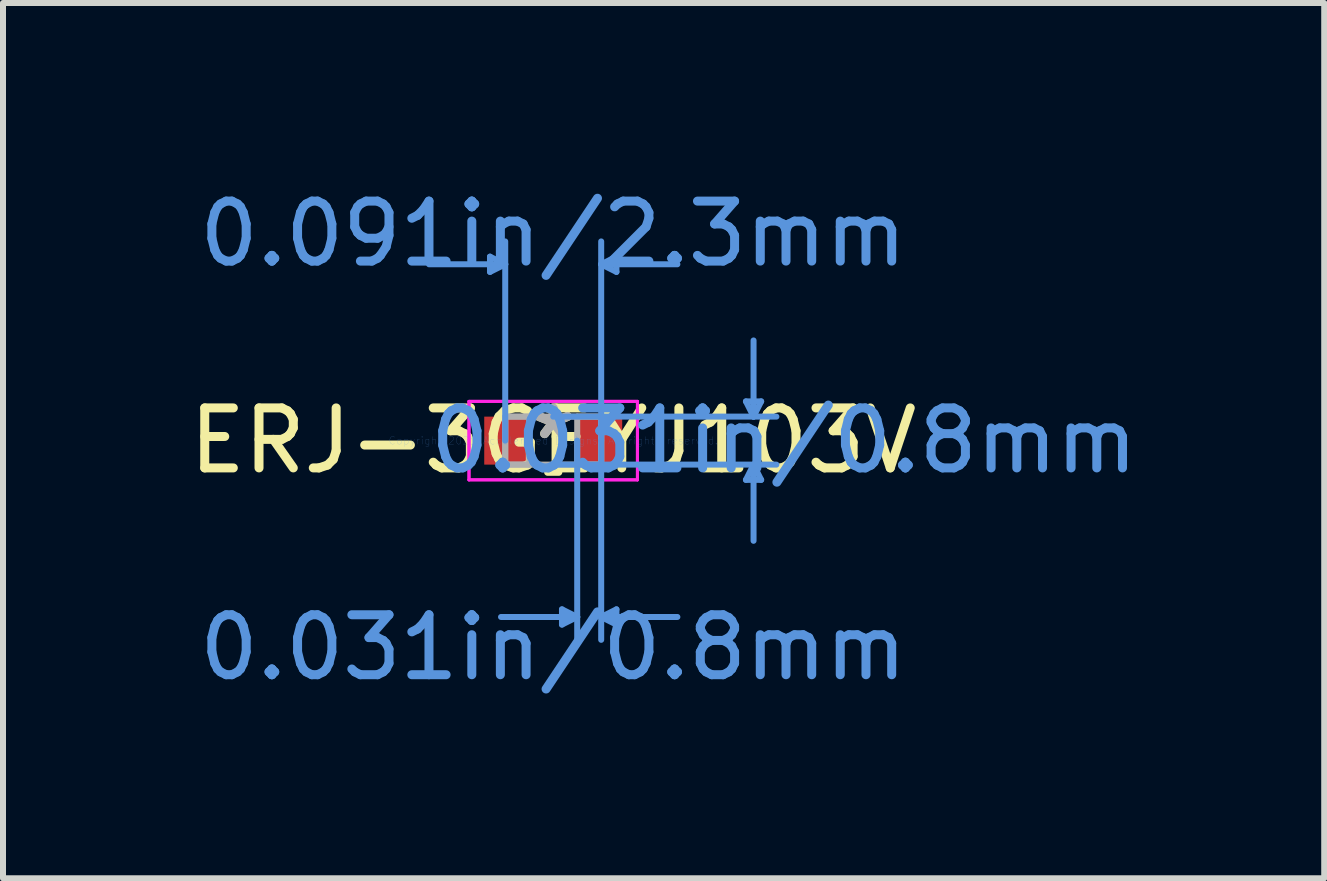
<source format=kicad_pcb>
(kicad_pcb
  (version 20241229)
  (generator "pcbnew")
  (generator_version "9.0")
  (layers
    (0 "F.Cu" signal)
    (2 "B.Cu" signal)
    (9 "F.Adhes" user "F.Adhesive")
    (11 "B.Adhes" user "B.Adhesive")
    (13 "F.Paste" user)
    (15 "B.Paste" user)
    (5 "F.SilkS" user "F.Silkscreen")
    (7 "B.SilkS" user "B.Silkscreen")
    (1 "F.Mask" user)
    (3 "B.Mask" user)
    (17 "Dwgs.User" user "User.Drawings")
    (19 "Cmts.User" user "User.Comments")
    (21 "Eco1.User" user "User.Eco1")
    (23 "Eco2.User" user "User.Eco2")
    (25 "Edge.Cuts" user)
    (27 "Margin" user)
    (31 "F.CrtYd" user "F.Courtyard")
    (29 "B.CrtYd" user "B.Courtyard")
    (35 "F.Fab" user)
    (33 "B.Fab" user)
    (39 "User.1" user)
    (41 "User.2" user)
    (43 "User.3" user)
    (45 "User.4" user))
  (footprint "ERJ-3GEYJ103V"
    (layer "F.Cu")
    (at 6.173 4.296)
    (property "Reference" "ERJ-3GEYJ103V" (at 0 0 0) (layer "F.SilkS") (effects (font (size 1 1) (thickness 0.15))))
    (attr through_hole)
    (fp_line (start -0.092 0.527) (end 0.092 0.527) (stroke (width 0.12) (type solid)) (layer "F.SilkS"))
    (fp_line (start 0.092 -0.527) (end -0.092 -0.527) (stroke (width 0.12) (type solid)) (layer "F.SilkS"))
    (fp_line (start -1.054 -3.067) (end -1.054 -2.813) (stroke (width 0.1) (type solid)) (layer "Cmts.User"))
    (fp_line (start -0.8 -2.94) (end -2.07 -2.94) (stroke (width 0.1) (type solid)) (layer "Cmts.User"))
    (fp_line (start -0.8 -2.94) (end -1.054 -3.067) (stroke (width 0.1) (type solid)) (layer "Cmts.User"))
    (fp_line (start -0.8 -2.94) (end -1.054 -2.813) (stroke (width 0.1) (type solid)) (layer "Cmts.User"))
    (fp_line (start -0.8 0) (end -0.8 -3.321) (stroke (width 0.1) (type solid)) (layer "Cmts.User"))
    (fp_line (start 0 -0.4) (end 3.721 -0.4) (stroke (width 0.1) (type solid)) (layer "Cmts.User"))
    (fp_line (start 0 0.4) (end 3.721 0.4) (stroke (width 0.1) (type solid)) (layer "Cmts.User"))
    (fp_line (start 0.146 2.813) (end 0.146 3.067) (stroke (width 0.1) (type solid)) (layer "Cmts.User"))
    (fp_line (start 0.4 0) (end 0.4 3.321) (stroke (width 0.1) (type solid)) (layer "Cmts.User"))
    (fp_line (start 0.4 2.94) (end -0.87 2.94) (stroke (width 0.1) (type solid)) (layer "Cmts.User"))
    (fp_line (start 0.4 2.94) (end 0.146 2.813) (stroke (width 0.1) (type solid)) (layer "Cmts.User"))
    (fp_line (start 0.4 2.94) (end 0.146 3.067) (stroke (width 0.1) (type solid)) (layer "Cmts.User"))
    (fp_line (start 0.8 -2.94) (end 1.054 -3.067) (stroke (width 0.1) (type solid)) (layer "Cmts.User"))
    (fp_line (start 0.8 -2.94) (end 1.054 -2.813) (stroke (width 0.1) (type solid)) (layer "Cmts.User"))
    (fp_line (start 0.8 -2.94) (end 2.07 -2.94) (stroke (width 0.1) (type solid)) (layer "Cmts.User"))
    (fp_line (start 0.8 0) (end 0.8 -3.321) (stroke (width 0.1) (type solid)) (layer "Cmts.User"))
    (fp_line (start 0.8 0) (end 0.8 3.321) (stroke (width 0.1) (type solid)) (layer "Cmts.User"))
    (fp_line (start 0.8 2.94) (end 1.054 2.813) (stroke (width 0.1) (type solid)) (layer "Cmts.User"))
    (fp_line (start 0.8 2.94) (end 1.054 3.067) (stroke (width 0.1) (type solid)) (layer "Cmts.User"))
    (fp_line (start 0.8 2.94) (end 2.07 2.94) (stroke (width 0.1) (type solid)) (layer "Cmts.User"))
    (fp_line (start 1.054 -3.067) (end 1.054 -2.813) (stroke (width 0.1) (type solid)) (layer "Cmts.User"))
    (fp_line (start 1.054 2.813) (end 1.054 3.067) (stroke (width 0.1) (type solid)) (layer "Cmts.User"))
    (fp_line (start 3.213 -0.654) (end 3.467 -0.654) (stroke (width 0.1) (type solid)) (layer "Cmts.User"))
    (fp_line (start 3.213 0.654) (end 3.467 0.654) (stroke (width 0.1) (type solid)) (layer "Cmts.User"))
    (fp_line (start 3.34 -0.4) (end 3.213 -0.654) (stroke (width 0.1) (type solid)) (layer "Cmts.User"))
    (fp_line (start 3.34 -0.4) (end 3.34 -1.67) (stroke (width 0.1) (type solid)) (layer "Cmts.User"))
    (fp_line (start 3.34 -0.4) (end 3.467 -0.654) (stroke (width 0.1) (type solid)) (layer "Cmts.User"))
    (fp_line (start 3.34 0.4) (end 3.213 0.654) (stroke (width 0.1) (type solid)) (layer "Cmts.User"))
    (fp_line (start 3.34 0.4) (end 3.34 1.67) (stroke (width 0.1) (type solid)) (layer "Cmts.User"))
    (fp_line (start 3.34 0.4) (end 3.467 0.654) (stroke (width 0.1) (type solid)) (layer "Cmts.User"))
    (fp_line (start -1.404 -0.654) (end 1.404 -0.654) (stroke (width 0.05) (type solid)) (layer "F.CrtYd"))
    (fp_line (start -1.404 -0.654) (end 1.404 -0.654) (stroke (width 0.05) (type solid)) (layer "F.CrtYd"))
    (fp_line (start -1.404 0.654) (end -1.404 -0.654) (stroke (width 0.05) (type solid)) (layer "F.CrtYd"))
    (fp_line (start -1.404 0.654) (end -1.404 -0.654) (stroke (width 0.05) (type solid)) (layer "F.CrtYd"))
    (fp_line (start 1.404 -0.654) (end 1.404 0.654) (stroke (width 0.05) (type solid)) (layer "F.CrtYd"))
    (fp_line (start 1.404 -0.654) (end 1.404 0.654) (stroke (width 0.05) (type solid)) (layer "F.CrtYd"))
    (fp_line (start 1.404 0.654) (end -1.404 0.654) (stroke (width 0.05) (type solid)) (layer "F.CrtYd"))
    (fp_line (start 1.404 0.654) (end -1.404 0.654) (stroke (width 0.05) (type solid)) (layer "F.CrtYd"))
    (fp_line (start -0.8 -0.4) (end -0.8 0.4) (stroke (width 0.1) (type solid)) (layer "F.Fab"))
    (fp_line (start -0.8 -0.4) (end -0.8 0.4) (stroke (width 0.1) (type solid)) (layer "F.Fab"))
    (fp_line (start -0.8 0.4) (end -0.4 0.4) (stroke (width 0.1) (type solid)) (layer "F.Fab"))
    (fp_line (start -0.8 0.4) (end 0.8 0.4) (stroke (width 0.1) (type solid)) (layer "F.Fab"))
    (fp_line (start -0.4 -0.4) (end -0.8 -0.4) (stroke (width 0.1) (type solid)) (layer "F.Fab"))
    (fp_line (start -0.4 0.4) (end -0.4 -0.4) (stroke (width 0.1) (type solid)) (layer "F.Fab"))
    (fp_line (start 0.4 -0.4) (end 0.4 0.4) (stroke (width 0.1) (type solid)) (layer "F.Fab"))
    (fp_line (start 0.4 0.4) (end 0.8 0.4) (stroke (width 0.1) (type solid)) (layer "F.Fab"))
    (fp_line (start 0.8 -0.4) (end -0.8 -0.4) (stroke (width 0.1) (type solid)) (layer "F.Fab"))
    (fp_line (start 0.8 -0.4) (end 0.4 -0.4) (stroke (width 0.1) (type solid)) (layer "F.Fab"))
    (fp_line (start 0.8 0.4) (end 0.8 -0.4) (stroke (width 0.1) (type solid)) (layer "F.Fab"))
    (fp_line (start 0.8 0.4) (end 0.8 -0.4) (stroke (width 0.1) (type solid)) (layer "F.Fab"))
    (fp_text user "*" (at 0 0 0) (layer "F.SilkS") (effects (font (size 1 1) (thickness 0.15))))
    (fp_text user "Copyright 2021 Accelerated Designs. All rights reserved." (at 0 0 0) (layer "Cmts.User") (effects (font (size 0.127 0.127) (thickness 0.002))))
    (fp_text user "0.091in/2.3mm" (at 0 -3.448 0) (layer "Cmts.User") (effects (font (size 1 1) (thickness 0.15))))
    (fp_text user "0.031in/0.8mm" (at 3.848 0 0) (layer "Cmts.User") (effects (font (size 1 1) (thickness 0.15))))
    (fp_text user "0.031in/0.8mm" (at 0 3.448 0) (layer "Cmts.User") (effects (font (size 1 1) (thickness 0.15))))
    (fp_text user "*" (at 0 0 0) (layer "F.Fab") (effects (font (size 1 1) (thickness 0.15))))
    (pad "1" smd rect (at -0.775 0) (size 0.75 0.8) (layers "F.Cu" "F.Mask" "F.Paste"))
    (pad "2" smd rect (at 0.775 0) (size 0.75 0.8) (layers "F.Cu" "F.Mask" "F.Paste")))
  (gr_rect
    (start -3 -3)
    (end 19.027 11.592)
    (stroke (width 0.1) (type default))
    (fill no)
    (layer "Edge.Cuts")))
</source>
